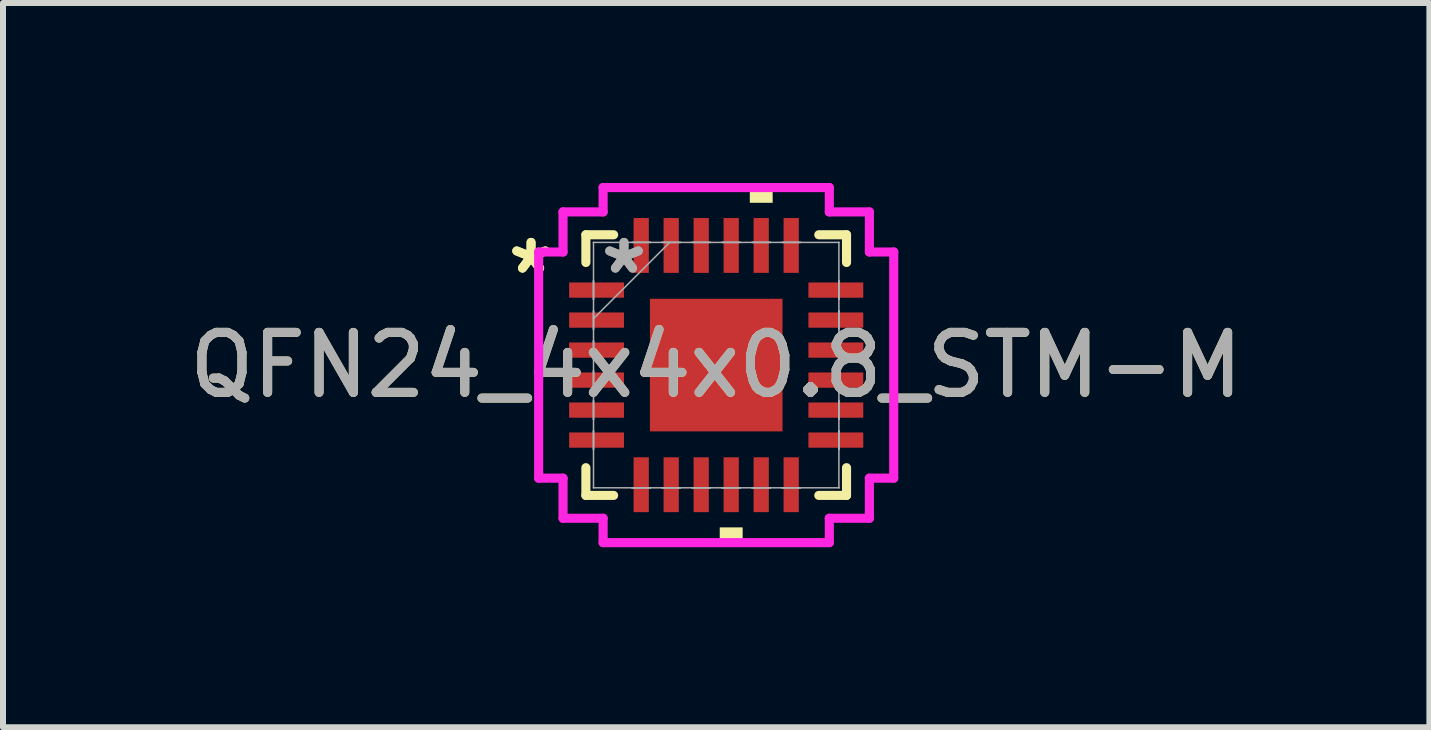
<source format=kicad_pcb>
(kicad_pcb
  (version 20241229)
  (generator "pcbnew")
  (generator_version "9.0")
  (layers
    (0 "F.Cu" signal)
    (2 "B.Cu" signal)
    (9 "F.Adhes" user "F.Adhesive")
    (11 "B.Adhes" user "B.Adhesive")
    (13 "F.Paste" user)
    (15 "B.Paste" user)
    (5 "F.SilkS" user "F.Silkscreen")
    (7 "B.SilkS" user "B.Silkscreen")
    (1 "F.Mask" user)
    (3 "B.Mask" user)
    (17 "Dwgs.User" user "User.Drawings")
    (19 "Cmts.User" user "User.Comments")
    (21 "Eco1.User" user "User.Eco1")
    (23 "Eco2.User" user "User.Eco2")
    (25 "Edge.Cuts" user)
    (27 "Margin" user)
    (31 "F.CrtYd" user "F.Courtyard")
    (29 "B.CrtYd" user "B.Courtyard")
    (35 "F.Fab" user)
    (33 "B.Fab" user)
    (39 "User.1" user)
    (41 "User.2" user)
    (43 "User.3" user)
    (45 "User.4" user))
  (footprint "QFN24_4x4x0.8_STM-M"
    (layer "F.Cu")
    (at 8.887 3.035)
    (property "Reference" "QFN24_4x4x0.8_STM-M" (at 0 0 0) (unlocked yes) (layer "F.SilkS") (effects (font (size 1 1) (thickness 0.15))))
    (attr smd)
    (fp_line (start -2.172 -2.172) (end -2.172 -1.71) (stroke (width 0.152) (type solid)) (layer "F.SilkS"))
    (fp_line (start -2.172 1.71) (end -2.172 2.172) (stroke (width 0.152) (type solid)) (layer "F.SilkS"))
    (fp_line (start -2.172 2.172) (end -1.71 2.172) (stroke (width 0.152) (type solid)) (layer "F.SilkS"))
    (fp_line (start -1.71 -2.172) (end -2.172 -2.172) (stroke (width 0.152) (type solid)) (layer "F.SilkS"))
    (fp_line (start 1.71 2.172) (end 2.172 2.172) (stroke (width 0.152) (type solid)) (layer "F.SilkS"))
    (fp_line (start 2.172 -2.172) (end 1.71 -2.172) (stroke (width 0.152) (type solid)) (layer "F.SilkS"))
    (fp_line (start 2.172 -1.71) (end 2.172 -2.172) (stroke (width 0.152) (type solid)) (layer "F.SilkS"))
    (fp_line (start 2.172 2.172) (end 2.172 1.71) (stroke (width 0.152) (type solid)) (layer "F.SilkS"))
    (fp_poly (pts (xy 0.059 2.705) (xy 0.059 2.959) (xy 0.441 2.959) (xy 0.441 2.705)) (stroke (width 0) (type solid)) (fill yes) (layer "F.SilkS"))
    (fp_poly (pts (xy 0.56 -2.705) (xy 0.56 -2.959) (xy 0.941 -2.959) (xy 0.941 -2.705)) (stroke (width 0) (type solid)) (fill yes) (layer "F.SilkS"))
    (fp_line (start -2.959 -1.885) (end -2.553 -1.885) (stroke (width 0.152) (type solid)) (layer "F.CrtYd"))
    (fp_line (start -2.959 1.885) (end -2.959 -1.885) (stroke (width 0.152) (type solid)) (layer "F.CrtYd"))
    (fp_line (start -2.553 -2.553) (end -1.885 -2.553) (stroke (width 0.152) (type solid)) (layer "F.CrtYd"))
    (fp_line (start -2.553 -1.885) (end -2.553 -2.553) (stroke (width 0.152) (type solid)) (layer "F.CrtYd"))
    (fp_line (start -2.553 1.885) (end -2.959 1.885) (stroke (width 0.152) (type solid)) (layer "F.CrtYd"))
    (fp_line (start -2.553 2.553) (end -2.553 1.885) (stroke (width 0.152) (type solid)) (layer "F.CrtYd"))
    (fp_line (start -1.885 -2.959) (end 1.885 -2.959) (stroke (width 0.152) (type solid)) (layer "F.CrtYd"))
    (fp_line (start -1.885 -2.553) (end -1.885 -2.959) (stroke (width 0.152) (type solid)) (layer "F.CrtYd"))
    (fp_line (start -1.885 2.553) (end -2.553 2.553) (stroke (width 0.152) (type solid)) (layer "F.CrtYd"))
    (fp_line (start -1.885 2.959) (end -1.885 2.553) (stroke (width 0.152) (type solid)) (layer "F.CrtYd"))
    (fp_line (start 1.885 -2.959) (end 1.885 -2.553) (stroke (width 0.152) (type solid)) (layer "F.CrtYd"))
    (fp_line (start 1.885 -2.553) (end 2.553 -2.553) (stroke (width 0.152) (type solid)) (layer "F.CrtYd"))
    (fp_line (start 1.885 2.553) (end 1.885 2.959) (stroke (width 0.152) (type solid)) (layer "F.CrtYd"))
    (fp_line (start 1.885 2.959) (end -1.885 2.959) (stroke (width 0.152) (type solid)) (layer "F.CrtYd"))
    (fp_line (start 2.553 -2.553) (end 2.553 -1.885) (stroke (width 0.152) (type solid)) (layer "F.CrtYd"))
    (fp_line (start 2.553 -1.885) (end 2.959 -1.885) (stroke (width 0.152) (type solid)) (layer "F.CrtYd"))
    (fp_line (start 2.553 1.885) (end 2.553 2.553) (stroke (width 0.152) (type solid)) (layer "F.CrtYd"))
    (fp_line (start 2.553 2.553) (end 1.885 2.553) (stroke (width 0.152) (type solid)) (layer "F.CrtYd"))
    (fp_line (start 2.959 -1.885) (end 2.959 1.885) (stroke (width 0.152) (type solid)) (layer "F.CrtYd"))
    (fp_line (start 2.959 1.885) (end 2.553 1.885) (stroke (width 0.152) (type solid)) (layer "F.CrtYd"))
    (fp_line (start -2.045 -2.045) (end -2.045 -2.045) (stroke (width 0.025) (type solid)) (layer "F.Fab"))
    (fp_line (start -2.045 -2.045) (end -2.045 2.045) (stroke (width 0.025) (type solid)) (layer "F.Fab"))
    (fp_line (start -2.045 -1.402) (end -2.045 -1.402) (stroke (width 0.025) (type solid)) (layer "F.Fab"))
    (fp_line (start -2.045 -1.402) (end -2.045 -1.098) (stroke (width 0.025) (type solid)) (layer "F.Fab"))
    (fp_line (start -2.045 -1.098) (end -2.045 -1.402) (stroke (width 0.025) (type solid)) (layer "F.Fab"))
    (fp_line (start -2.045 -1.098) (end -2.045 -1.098) (stroke (width 0.025) (type solid)) (layer "F.Fab"))
    (fp_line (start -2.045 -0.902) (end -2.045 -0.902) (stroke (width 0.025) (type solid)) (layer "F.Fab"))
    (fp_line (start -2.045 -0.902) (end -2.045 -0.598) (stroke (width 0.025) (type solid)) (layer "F.Fab"))
    (fp_line (start -2.045 -0.775) (end -0.775 -2.045) (stroke (width 0.025) (type solid)) (layer "F.Fab"))
    (fp_line (start -2.045 -0.598) (end -2.045 -0.902) (stroke (width 0.025) (type solid)) (layer "F.Fab"))
    (fp_line (start -2.045 -0.598) (end -2.045 -0.598) (stroke (width 0.025) (type solid)) (layer "F.Fab"))
    (fp_line (start -2.045 -0.402) (end -2.045 -0.402) (stroke (width 0.025) (type solid)) (layer "F.Fab"))
    (fp_line (start -2.045 -0.402) (end -2.045 -0.098) (stroke (width 0.025) (type solid)) (layer "F.Fab"))
    (fp_line (start -2.045 -0.098) (end -2.045 -0.402) (stroke (width 0.025) (type solid)) (layer "F.Fab"))
    (fp_line (start -2.045 -0.098) (end -2.045 -0.098) (stroke (width 0.025) (type solid)) (layer "F.Fab"))
    (fp_line (start -2.045 0.098) (end -2.045 0.098) (stroke (width 0.025) (type solid)) (layer "F.Fab"))
    (fp_line (start -2.045 0.098) (end -2.045 0.402) (stroke (width 0.025) (type solid)) (layer "F.Fab"))
    (fp_line (start -2.045 0.402) (end -2.045 0.098) (stroke (width 0.025) (type solid)) (layer "F.Fab"))
    (fp_line (start -2.045 0.402) (end -2.045 0.402) (stroke (width 0.025) (type solid)) (layer "F.Fab"))
    (fp_line (start -2.045 0.598) (end -2.045 0.598) (stroke (width 0.025) (type solid)) (layer "F.Fab"))
    (fp_line (start -2.045 0.598) (end -2.045 0.902) (stroke (width 0.025) (type solid)) (layer "F.Fab"))
    (fp_line (start -2.045 0.902) (end -2.045 0.598) (stroke (width 0.025) (type solid)) (layer "F.Fab"))
    (fp_line (start -2.045 0.902) (end -2.045 0.902) (stroke (width 0.025) (type solid)) (layer "F.Fab"))
    (fp_line (start -2.045 1.098) (end -2.045 1.098) (stroke (width 0.025) (type solid)) (layer "F.Fab"))
    (fp_line (start -2.045 1.098) (end -2.045 1.402) (stroke (width 0.025) (type solid)) (layer "F.Fab"))
    (fp_line (start -2.045 1.402) (end -2.045 1.098) (stroke (width 0.025) (type solid)) (layer "F.Fab"))
    (fp_line (start -2.045 1.402) (end -2.045 1.402) (stroke (width 0.025) (type solid)) (layer "F.Fab"))
    (fp_line (start -2.045 2.045) (end -2.045 2.045) (stroke (width 0.025) (type solid)) (layer "F.Fab"))
    (fp_line (start -2.045 2.045) (end 2.045 2.045) (stroke (width 0.025) (type solid)) (layer "F.Fab"))
    (fp_line (start -1.402 -2.045) (end -1.402 -2.045) (stroke (width 0.025) (type solid)) (layer "F.Fab"))
    (fp_line (start -1.402 -2.045) (end -1.098 -2.045) (stroke (width 0.025) (type solid)) (layer "F.Fab"))
    (fp_line (start -1.402 2.045) (end -1.402 2.045) (stroke (width 0.025) (type solid)) (layer "F.Fab"))
    (fp_line (start -1.402 2.045) (end -1.098 2.045) (stroke (width 0.025) (type solid)) (layer "F.Fab"))
    (fp_line (start -1.098 -2.045) (end -1.402 -2.045) (stroke (width 0.025) (type solid)) (layer "F.Fab"))
    (fp_line (start -1.098 -2.045) (end -1.098 -2.045) (stroke (width 0.025) (type solid)) (layer "F.Fab"))
    (fp_line (start -1.098 2.045) (end -1.402 2.045) (stroke (width 0.025) (type solid)) (layer "F.Fab"))
    (fp_line (start -1.098 2.045) (end -1.098 2.045) (stroke (width 0.025) (type solid)) (layer "F.Fab"))
    (fp_line (start -0.902 -2.045) (end -0.902 -2.045) (stroke (width 0.025) (type solid)) (layer "F.Fab"))
    (fp_line (start -0.902 -2.045) (end -0.598 -2.045) (stroke (width 0.025) (type solid)) (layer "F.Fab"))
    (fp_line (start -0.902 2.045) (end -0.902 2.045) (stroke (width 0.025) (type solid)) (layer "F.Fab"))
    (fp_line (start -0.902 2.045) (end -0.598 2.045) (stroke (width 0.025) (type solid)) (layer "F.Fab"))
    (fp_line (start -0.598 -2.045) (end -0.902 -2.045) (stroke (width 0.025) (type solid)) (layer "F.Fab"))
    (fp_line (start -0.598 -2.045) (end -0.598 -2.045) (stroke (width 0.025) (type solid)) (layer "F.Fab"))
    (fp_line (start -0.598 2.045) (end -0.902 2.045) (stroke (width 0.025) (type solid)) (layer "F.Fab"))
    (fp_line (start -0.598 2.045) (end -0.598 2.045) (stroke (width 0.025) (type solid)) (layer "F.Fab"))
    (fp_line (start -0.402 -2.045) (end -0.402 -2.045) (stroke (width 0.025) (type solid)) (layer "F.Fab"))
    (fp_line (start -0.402 -2.045) (end -0.098 -2.045) (stroke (width 0.025) (type solid)) (layer "F.Fab"))
    (fp_line (start -0.402 2.045) (end -0.402 2.045) (stroke (width 0.025) (type solid)) (layer "F.Fab"))
    (fp_line (start -0.402 2.045) (end -0.098 2.045) (stroke (width 0.025) (type solid)) (layer "F.Fab"))
    (fp_line (start -0.098 -2.045) (end -0.402 -2.045) (stroke (width 0.025) (type solid)) (layer "F.Fab"))
    (fp_line (start -0.098 -2.045) (end -0.098 -2.045) (stroke (width 0.025) (type solid)) (layer "F.Fab"))
    (fp_line (start -0.098 2.045) (end -0.402 2.045) (stroke (width 0.025) (type solid)) (layer "F.Fab"))
    (fp_line (start -0.098 2.045) (end -0.098 2.045) (stroke (width 0.025) (type solid)) (layer "F.Fab"))
    (fp_line (start 0.098 -2.045) (end 0.098 -2.045) (stroke (width 0.025) (type solid)) (layer "F.Fab"))
    (fp_line (start 0.098 -2.045) (end 0.402 -2.045) (stroke (width 0.025) (type solid)) (layer "F.Fab"))
    (fp_line (start 0.098 2.045) (end 0.098 2.045) (stroke (width 0.025) (type solid)) (layer "F.Fab"))
    (fp_line (start 0.098 2.045) (end 0.402 2.045) (stroke (width 0.025) (type solid)) (layer "F.Fab"))
    (fp_line (start 0.402 -2.045) (end 0.098 -2.045) (stroke (width 0.025) (type solid)) (layer "F.Fab"))
    (fp_line (start 0.402 -2.045) (end 0.402 -2.045) (stroke (width 0.025) (type solid)) (layer "F.Fab"))
    (fp_line (start 0.402 2.045) (end 0.098 2.045) (stroke (width 0.025) (type solid)) (layer "F.Fab"))
    (fp_line (start 0.402 2.045) (end 0.402 2.045) (stroke (width 0.025) (type solid)) (layer "F.Fab"))
    (fp_line (start 0.598 -2.045) (end 0.598 -2.045) (stroke (width 0.025) (type solid)) (layer "F.Fab"))
    (fp_line (start 0.598 -2.045) (end 0.902 -2.045) (stroke (width 0.025) (type solid)) (layer "F.Fab"))
    (fp_line (start 0.598 2.045) (end 0.598 2.045) (stroke (width 0.025) (type solid)) (layer "F.Fab"))
    (fp_line (start 0.598 2.045) (end 0.902 2.045) (stroke (width 0.025) (type solid)) (layer "F.Fab"))
    (fp_line (start 0.902 -2.045) (end 0.598 -2.045) (stroke (width 0.025) (type solid)) (layer "F.Fab"))
    (fp_line (start 0.902 -2.045) (end 0.902 -2.045) (stroke (width 0.025) (type solid)) (layer "F.Fab"))
    (fp_line (start 0.902 2.045) (end 0.598 2.045) (stroke (width 0.025) (type solid)) (layer "F.Fab"))
    (fp_line (start 0.902 2.045) (end 0.902 2.045) (stroke (width 0.025) (type solid)) (layer "F.Fab"))
    (fp_line (start 1.098 -2.045) (end 1.098 -2.045) (stroke (width 0.025) (type solid)) (layer "F.Fab"))
    (fp_line (start 1.098 -2.045) (end 1.402 -2.045) (stroke (width 0.025) (type solid)) (layer "F.Fab"))
    (fp_line (start 1.098 2.045) (end 1.098 2.045) (stroke (width 0.025) (type solid)) (layer "F.Fab"))
    (fp_line (start 1.098 2.045) (end 1.402 2.045) (stroke (width 0.025) (type solid)) (layer "F.Fab"))
    (fp_line (start 1.402 -2.045) (end 1.098 -2.045) (stroke (width 0.025) (type solid)) (layer "F.Fab"))
    (fp_line (start 1.402 -2.045) (end 1.402 -2.045) (stroke (width 0.025) (type solid)) (layer "F.Fab"))
    (fp_line (start 1.402 2.045) (end 1.098 2.045) (stroke (width 0.025) (type solid)) (layer "F.Fab"))
    (fp_line (start 1.402 2.045) (end 1.402 2.045) (stroke (width 0.025) (type solid)) (layer "F.Fab"))
    (fp_line (start 2.045 -2.045) (end -2.045 -2.045) (stroke (width 0.025) (type solid)) (layer "F.Fab"))
    (fp_line (start 2.045 -2.045) (end 2.045 -2.045) (stroke (width 0.025) (type solid)) (layer "F.Fab"))
    (fp_line (start 2.045 -1.402) (end 2.045 -1.402) (stroke (width 0.025) (type solid)) (layer "F.Fab"))
    (fp_line (start 2.045 -1.402) (end 2.045 -1.098) (stroke (width 0.025) (type solid)) (layer "F.Fab"))
    (fp_line (start 2.045 -1.098) (end 2.045 -1.402) (stroke (width 0.025) (type solid)) (layer "F.Fab"))
    (fp_line (start 2.045 -1.098) (end 2.045 -1.098) (stroke (width 0.025) (type solid)) (layer "F.Fab"))
    (fp_line (start 2.045 -0.902) (end 2.045 -0.902) (stroke (width 0.025) (type solid)) (layer "F.Fab"))
    (fp_line (start 2.045 -0.902) (end 2.045 -0.598) (stroke (width 0.025) (type solid)) (layer "F.Fab"))
    (fp_line (start 2.045 -0.598) (end 2.045 -0.902) (stroke (width 0.025) (type solid)) (layer "F.Fab"))
    (fp_line (start 2.045 -0.598) (end 2.045 -0.598) (stroke (width 0.025) (type solid)) (layer "F.Fab"))
    (fp_line (start 2.045 -0.402) (end 2.045 -0.402) (stroke (width 0.025) (type solid)) (layer "F.Fab"))
    (fp_line (start 2.045 -0.402) (end 2.045 -0.098) (stroke (width 0.025) (type solid)) (layer "F.Fab"))
    (fp_line (start 2.045 -0.098) (end 2.045 -0.402) (stroke (width 0.025) (type solid)) (layer "F.Fab"))
    (fp_line (start 2.045 -0.098) (end 2.045 -0.098) (stroke (width 0.025) (type solid)) (layer "F.Fab"))
    (fp_line (start 2.045 0.098) (end 2.045 0.098) (stroke (width 0.025) (type solid)) (layer "F.Fab"))
    (fp_line (start 2.045 0.098) (end 2.045 0.402) (stroke (width 0.025) (type solid)) (layer "F.Fab"))
    (fp_line (start 2.045 0.402) (end 2.045 0.098) (stroke (width 0.025) (type solid)) (layer "F.Fab"))
    (fp_line (start 2.045 0.402) (end 2.045 0.402) (stroke (width 0.025) (type solid)) (layer "F.Fab"))
    (fp_line (start 2.045 0.598) (end 2.045 0.598) (stroke (width 0.025) (type solid)) (layer "F.Fab"))
    (fp_line (start 2.045 0.598) (end 2.045 0.902) (stroke (width 0.025) (type solid)) (layer "F.Fab"))
    (fp_line (start 2.045 0.902) (end 2.045 0.598) (stroke (width 0.025) (type solid)) (layer "F.Fab"))
    (fp_line (start 2.045 0.902) (end 2.045 0.902) (stroke (width 0.025) (type solid)) (layer "F.Fab"))
    (fp_line (start 2.045 1.098) (end 2.045 1.098) (stroke (width 0.025) (type solid)) (layer "F.Fab"))
    (fp_line (start 2.045 1.098) (end 2.045 1.402) (stroke (width 0.025) (type solid)) (layer "F.Fab"))
    (fp_line (start 2.045 1.402) (end 2.045 1.098) (stroke (width 0.025) (type solid)) (layer "F.Fab"))
    (fp_line (start 2.045 1.402) (end 2.045 1.402) (stroke (width 0.025) (type solid)) (layer "F.Fab"))
    (fp_line (start 2.045 2.045) (end 2.045 -2.045) (stroke (width 0.025) (type solid)) (layer "F.Fab"))
    (fp_line (start 2.045 2.045) (end 2.045 2.045) (stroke (width 0.025) (type solid)) (layer "F.Fab"))
    (fp_text user "*" (at -3.086 -1.5 0) (unlocked yes) (layer "F.SilkS") (effects (font (size 1 1) (thickness 0.15))))
    (fp_text user "*" (at -3.086 -1.5 0) (layer "F.SilkS") (effects (font (size 1 1) (thickness 0.15))))
    (fp_text user "${REFERENCE}" (at 0 0 0) (unlocked yes) (layer "F.Fab") (effects (font (size 1 1) (thickness 0.15))))
    (fp_text user "*" (at -1.537 -1.5 0) (layer "F.Fab") (effects (font (size 1 1) (thickness 0.15))))
    (fp_text user "*" (at -1.537 -1.5 0) (unlocked yes) (layer "F.Fab") (effects (font (size 1 1) (thickness 0.15))))
    (pad "1" smd rect (at -1.994 -1.25 90) (size 0.254 0.914) (layers "F.Cu" "F.Mask" "F.Paste"))
    (pad "2" smd rect (at -1.994 -0.75 90) (size 0.254 0.914) (layers "F.Cu" "F.Mask" "F.Paste"))
    (pad "3" smd rect (at -1.994 -0.25 90) (size 0.254 0.914) (layers "F.Cu" "F.Mask" "F.Paste"))
    (pad "4" smd rect (at -1.994 0.25 90) (size 0.254 0.914) (layers "F.Cu" "F.Mask" "F.Paste"))
    (pad "5" smd rect (at -1.994 0.75 90) (size 0.254 0.914) (layers "F.Cu" "F.Mask" "F.Paste"))
    (pad "6" smd rect (at -1.994 1.25 90) (size 0.254 0.914) (layers "F.Cu" "F.Mask" "F.Paste"))
    (pad "7" smd rect (at -1.25 1.994) (size 0.254 0.914) (layers "F.Cu" "F.Mask" "F.Paste"))
    (pad "8" smd rect (at -0.75 1.994) (size 0.254 0.914) (layers "F.Cu" "F.Mask" "F.Paste"))
    (pad "9" smd rect (at -0.25 1.994) (size 0.254 0.914) (layers "F.Cu" "F.Mask" "F.Paste"))
    (pad "10" smd rect (at 0.25 1.994) (size 0.254 0.914) (layers "F.Cu" "F.Mask" "F.Paste"))
    (pad "11" smd rect (at 0.75 1.994) (size 0.254 0.914) (layers "F.Cu" "F.Mask" "F.Paste"))
    (pad "12" smd rect (at 1.25 1.994) (size 0.254 0.914) (layers "F.Cu" "F.Mask" "F.Paste"))
    (pad "13" smd rect (at 1.994 1.25 90) (size 0.254 0.914) (layers "F.Cu" "F.Mask" "F.Paste"))
    (pad "14" smd rect (at 1.994 0.75 90) (size 0.254 0.914) (layers "F.Cu" "F.Mask" "F.Paste"))
    (pad "15" smd rect (at 1.994 0.25 90) (size 0.254 0.914) (layers "F.Cu" "F.Mask" "F.Paste"))
    (pad "16" smd rect (at 1.994 -0.25 90) (size 0.254 0.914) (layers "F.Cu" "F.Mask" "F.Paste"))
    (pad "17" smd rect (at 1.994 -0.75 90) (size 0.254 0.914) (layers "F.Cu" "F.Mask" "F.Paste"))
    (pad "18" smd rect (at 1.994 -1.25 90) (size 0.254 0.914) (layers "F.Cu" "F.Mask" "F.Paste"))
    (pad "19" smd rect (at 1.25 -1.994) (size 0.254 0.914) (layers "F.Cu" "F.Mask" "F.Paste"))
    (pad "20" smd rect (at 0.75 -1.994) (size 0.254 0.914) (layers "F.Cu" "F.Mask" "F.Paste"))
    (pad "21" smd rect (at 0.25 -1.994) (size 0.254 0.914) (layers "F.Cu" "F.Mask" "F.Paste"))
    (pad "22" smd rect (at -0.25 -1.994) (size 0.254 0.914) (layers "F.Cu" "F.Mask" "F.Paste"))
    (pad "23" smd rect (at -0.75 -1.994) (size 0.254 0.914) (layers "F.Cu" "F.Mask" "F.Paste"))
    (pad "24" smd rect (at -1.25 -1.994) (size 0.254 0.914) (layers "F.Cu" "F.Mask" "F.Paste"))
    (pad "25" smd rect (at 0 0) (size 2.21 2.21) (layers "F.Cu" "F.Mask" "F.Paste")))
  (gr_rect
    (start -3 -3)
    (end 20.774 9.071)
    (stroke (width 0.1) (type default))
    (fill no)
    (layer "Edge.Cuts")))
</source>
